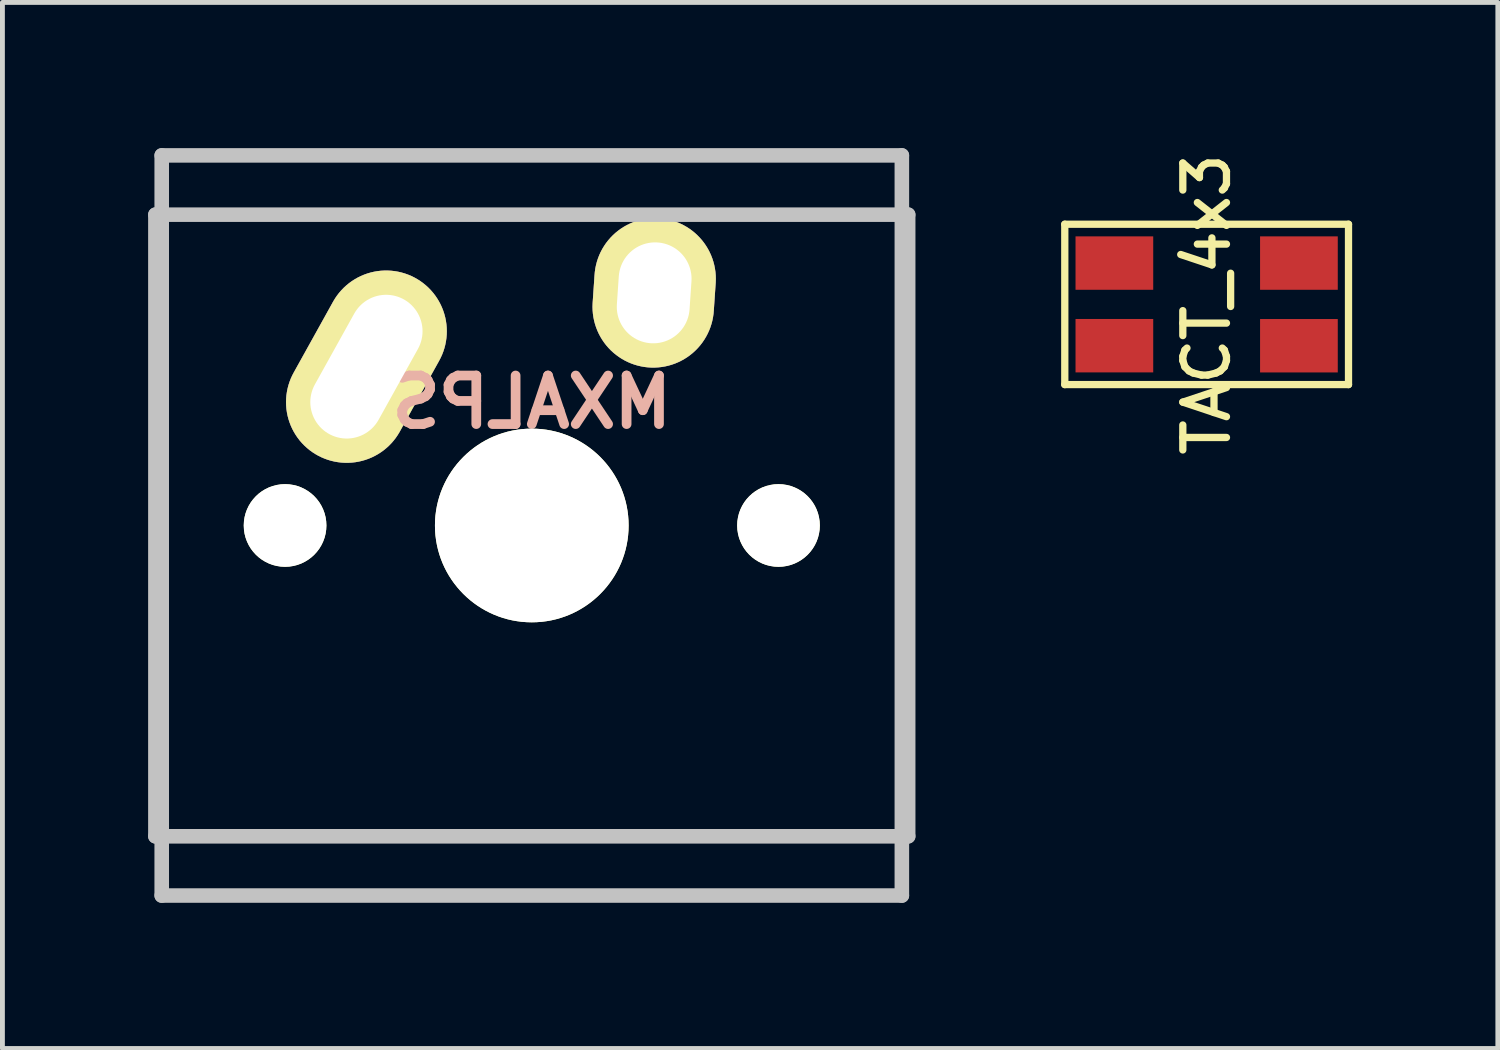
<source format=kicad_pcb>
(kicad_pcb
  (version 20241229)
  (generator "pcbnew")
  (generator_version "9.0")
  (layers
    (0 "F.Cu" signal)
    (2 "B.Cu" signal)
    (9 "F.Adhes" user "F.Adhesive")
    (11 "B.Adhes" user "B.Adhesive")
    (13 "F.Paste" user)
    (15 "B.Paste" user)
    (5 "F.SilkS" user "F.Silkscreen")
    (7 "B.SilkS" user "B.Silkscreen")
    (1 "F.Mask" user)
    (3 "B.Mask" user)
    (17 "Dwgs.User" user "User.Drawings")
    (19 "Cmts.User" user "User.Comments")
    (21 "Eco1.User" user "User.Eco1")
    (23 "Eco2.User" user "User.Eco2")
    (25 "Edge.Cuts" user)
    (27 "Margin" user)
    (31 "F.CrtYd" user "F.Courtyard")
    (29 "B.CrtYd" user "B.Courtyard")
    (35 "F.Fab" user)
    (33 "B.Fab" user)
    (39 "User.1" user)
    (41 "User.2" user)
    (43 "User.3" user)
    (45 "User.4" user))
  (footprint "TACT_4x3"
    (layer "F.Cu")
    (at 21.796 3.218)
    (property "Reference" "TACT_4x3" (at 0 0 90) (layer "F.SilkS") (effects (font (size 0.899 0.899) (thickness 0.15))))
    (attr smd)
    (fp_line (start -2.921 -1.651) (end 2.921 -1.651) (stroke (width 0.15) (type solid)) (layer "F.SilkS"))
    (fp_line (start -2.921 1.651) (end -2.921 -1.651) (stroke (width 0.15) (type solid)) (layer "F.SilkS"))
    (fp_line (start 2.921 -1.651) (end 2.921 1.651) (stroke (width 0.15) (type solid)) (layer "F.SilkS"))
    (fp_line (start 2.921 1.651) (end -2.921 1.651) (stroke (width 0.15) (type solid)) (layer "F.SilkS"))
    (pad "1" smd rect (at -1.9 -0.851) (size 1.6 1.1) (layers "F.Cu" "F.Mask" "F.Paste"))
    (pad "2" smd rect (at -1.9 0.85) (size 1.6 1.1) (layers "F.Cu" "F.Mask" "F.Paste"))
    (pad "3" smd rect (at 1.9 -0.851) (size 1.6 1.1) (layers "F.Cu" "F.Mask" "F.Paste"))
    (pad "4" smd rect (at 1.9 0.851) (size 1.6 1.1) (layers "F.Cu" "F.Mask" "F.Paste")))
  (footprint "MXALPS"
    (layer "F.Cu")
    (at 7.9 7.77)
    (property "Reference" "MXALPS" (at 0 -2.54 0) (layer "B.SilkS") (effects (font (size 1 1) (thickness 0.2)) (justify mirror)))
    (attr through_hole)
    (fp_line (start -7.75 6.4) (end -7.75 -6.4) (stroke (width 0.3) (type solid)) (layer "Dwgs.User"))
    (fp_line (start -7.75 6.4) (end 7.75 6.4) (stroke (width 0.3) (type solid)) (layer "Dwgs.User"))
    (fp_line (start -7.62 -7.62) (end 7.62 -7.62) (stroke (width 0.3) (type solid)) (layer "Dwgs.User"))
    (fp_line (start -7.62 7.62) (end -7.62 -7.62) (stroke (width 0.3) (type solid)) (layer "Dwgs.User"))
    (fp_line (start 7.62 -7.62) (end 7.62 7.62) (stroke (width 0.3) (type solid)) (layer "Dwgs.User"))
    (fp_line (start 7.62 7.62) (end -7.62 7.62) (stroke (width 0.3) (type solid)) (layer "Dwgs.User"))
    (fp_line (start 7.75 -6.4) (end -7.75 -6.4) (stroke (width 0.3) (type solid)) (layer "Dwgs.User"))
    (fp_line (start 7.75 6.4) (end 7.75 -6.4) (stroke (width 0.3) (type solid)) (layer "Dwgs.User"))
    (pad "" np_thru_hole circle (at -5.08 0) (size 1.702 1.702) (drill 1.702) (layers "*.Cu" "*.Mask" "F.SilkS"))
    (pad "" np_thru_hole circle (at 0 0) (size 3.988 3.988) (drill 3.988) (layers "*.Cu" "*.Mask" "F.SilkS"))
    (pad "" np_thru_hole circle (at 5.08 0) (size 1.702 1.702) (drill 1.702) (layers "*.Cu" "*.Mask" "F.SilkS"))
    (pad "1" thru_hole oval (at -3.405 -3.27 330.95) (size 2.5 4.17) (drill oval 1.5 3.17) (layers "*.Cu" "*.Mask" "F.SilkS"))
    (pad "2" thru_hole oval (at 2.52 -4.79 356.1) (size 2.5 3.08) (drill oval 1.5 2.08) (layers "*.Cu" "*.Mask" "F.SilkS")))
  (gr_rect
    (start -3 -3)
    (end 27.792 18.54)
    (stroke (width 0.1) (type default))
    (fill no)
    (layer "Edge.Cuts")))
</source>
